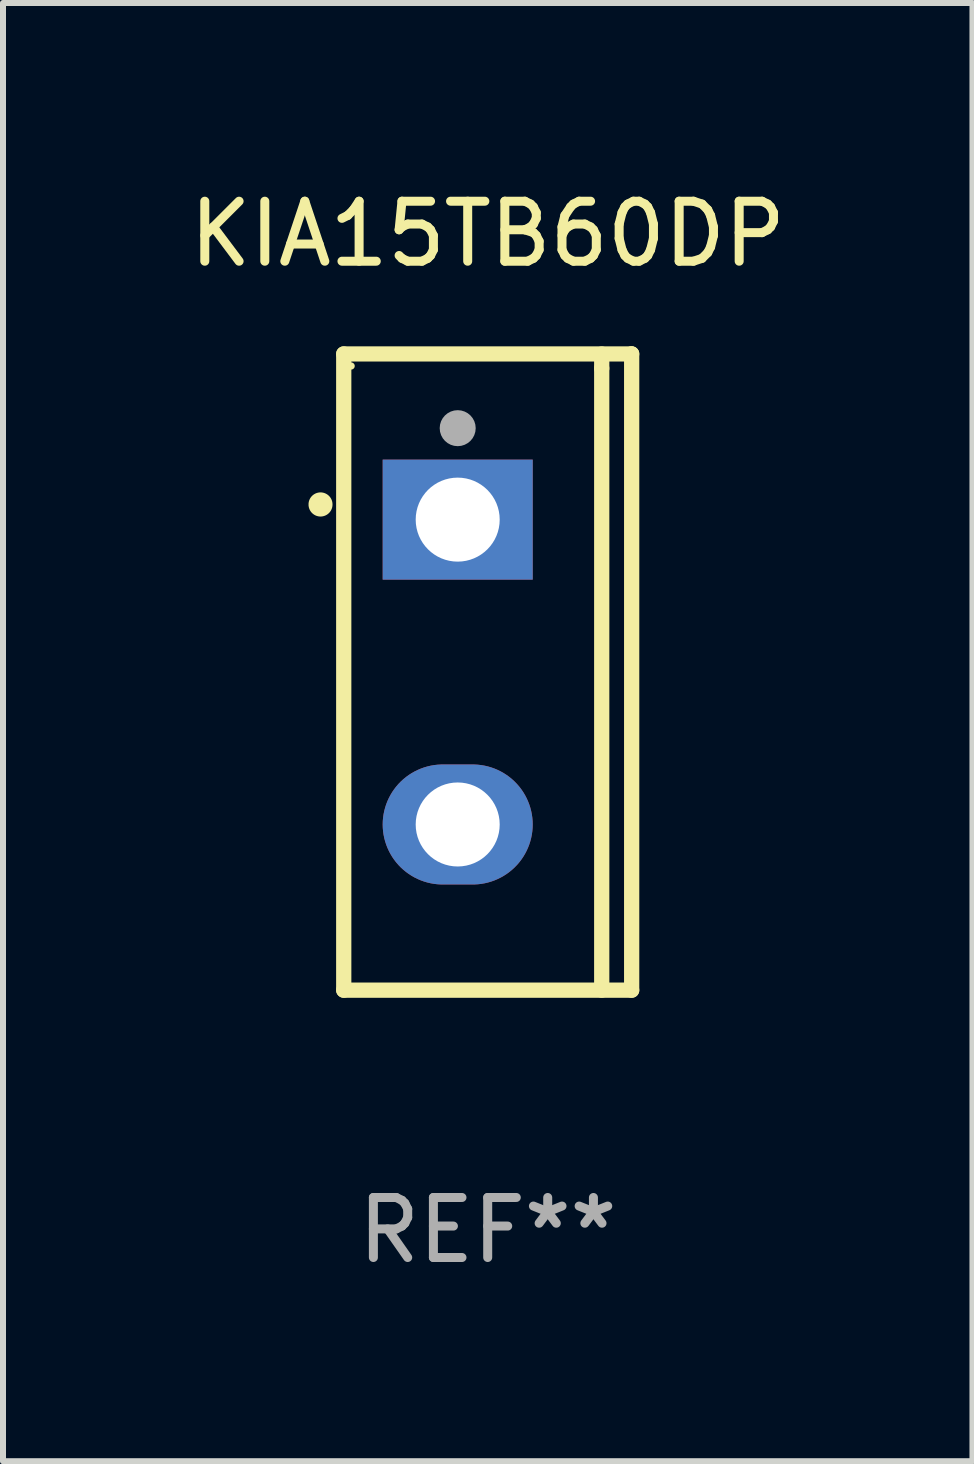
<source format=kicad_pcb>
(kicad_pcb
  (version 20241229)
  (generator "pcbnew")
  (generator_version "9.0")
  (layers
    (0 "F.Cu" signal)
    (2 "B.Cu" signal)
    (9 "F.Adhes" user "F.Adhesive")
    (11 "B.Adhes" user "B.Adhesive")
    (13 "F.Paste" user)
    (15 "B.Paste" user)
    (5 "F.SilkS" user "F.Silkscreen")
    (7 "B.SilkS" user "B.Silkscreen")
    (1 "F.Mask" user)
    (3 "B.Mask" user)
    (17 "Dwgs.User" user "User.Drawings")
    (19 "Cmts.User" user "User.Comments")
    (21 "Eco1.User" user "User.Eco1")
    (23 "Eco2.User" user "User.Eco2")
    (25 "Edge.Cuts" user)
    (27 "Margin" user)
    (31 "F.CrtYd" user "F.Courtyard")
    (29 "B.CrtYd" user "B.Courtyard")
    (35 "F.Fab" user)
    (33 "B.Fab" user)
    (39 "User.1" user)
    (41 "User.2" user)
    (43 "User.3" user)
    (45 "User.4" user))
  (footprint "KIA15TB60DP"
    (layer "F.Cu")
    (at 5.077 8.149)
    (property "Reference" "KIA15TB60DP" (at 0 -7.301 0) (layer "F.SilkS") (effects (font (size 1 1) (thickness 0.15))))
    (attr through_hole)
    (fp_line (start -2.399 -5.301) (end 2.394 -5.301) (stroke (width 0.254) (type solid)) (layer "F.SilkS"))
    (fp_line (start -2.399 5.301) (end -2.399 -5.301) (stroke (width 0.254) (type solid)) (layer "F.SilkS"))
    (fp_line (start 1.9 -5.061) (end 1.9 -5.3) (stroke (width 0.254) (type solid)) (layer "F.SilkS"))
    (fp_line (start 1.9 5.3) (end 1.9 -5.061) (stroke (width 0.254) (type solid)) (layer "F.SilkS"))
    (fp_line (start 2.394 -5.301) (end 2.399 -5.301) (stroke (width 0.254) (type solid)) (layer "F.SilkS"))
    (fp_line (start 2.399 -5.301) (end 2.399 5.301) (stroke (width 0.254) (type solid)) (layer "F.SilkS"))
    (fp_line (start 2.399 5.301) (end -2.399 5.301) (stroke (width 0.254) (type solid)) (layer "F.SilkS"))
    (fp_arc (start -2.786043 -2.791466) (mid -2.786047 -2.792736) (end -2.786043 -2.794006) (stroke (width 0.4) (type solid)) (layer "F.SilkS"))
    (fp_circle (center -2.275 -5.1) (end -2.245 -5.1) (stroke (width 0.06) (type solid)) (fill no) (layer "F.SilkS"))
    (fp_circle (center -0.5 -4.064) (end -0.35 -4.064) (stroke (width 0.3) (type solid)) (fill no) (layer "F.Fab"))
    (fp_text user "REF**" (at 0 9.301 0) (layer "F.Fab") (effects (font (size 1 1) (thickness 0.15))))
    (pad "1" thru_hole rect (at -0.5 -2.54 270) (size 2 2.5) (drill 1.4) (layers "*.Cu" "*.Mask"))
    (pad "3" thru_hole oval (at -0.5 2.54 270) (size 2 2.5) (drill 1.4) (layers "*.Cu" "*.Mask")))
  (gr_rect
    (start -3 -3)
    (end 13.155 21.299)
    (stroke (width 0.1) (type default))
    (fill no)
    (layer "Edge.Cuts")))
</source>
